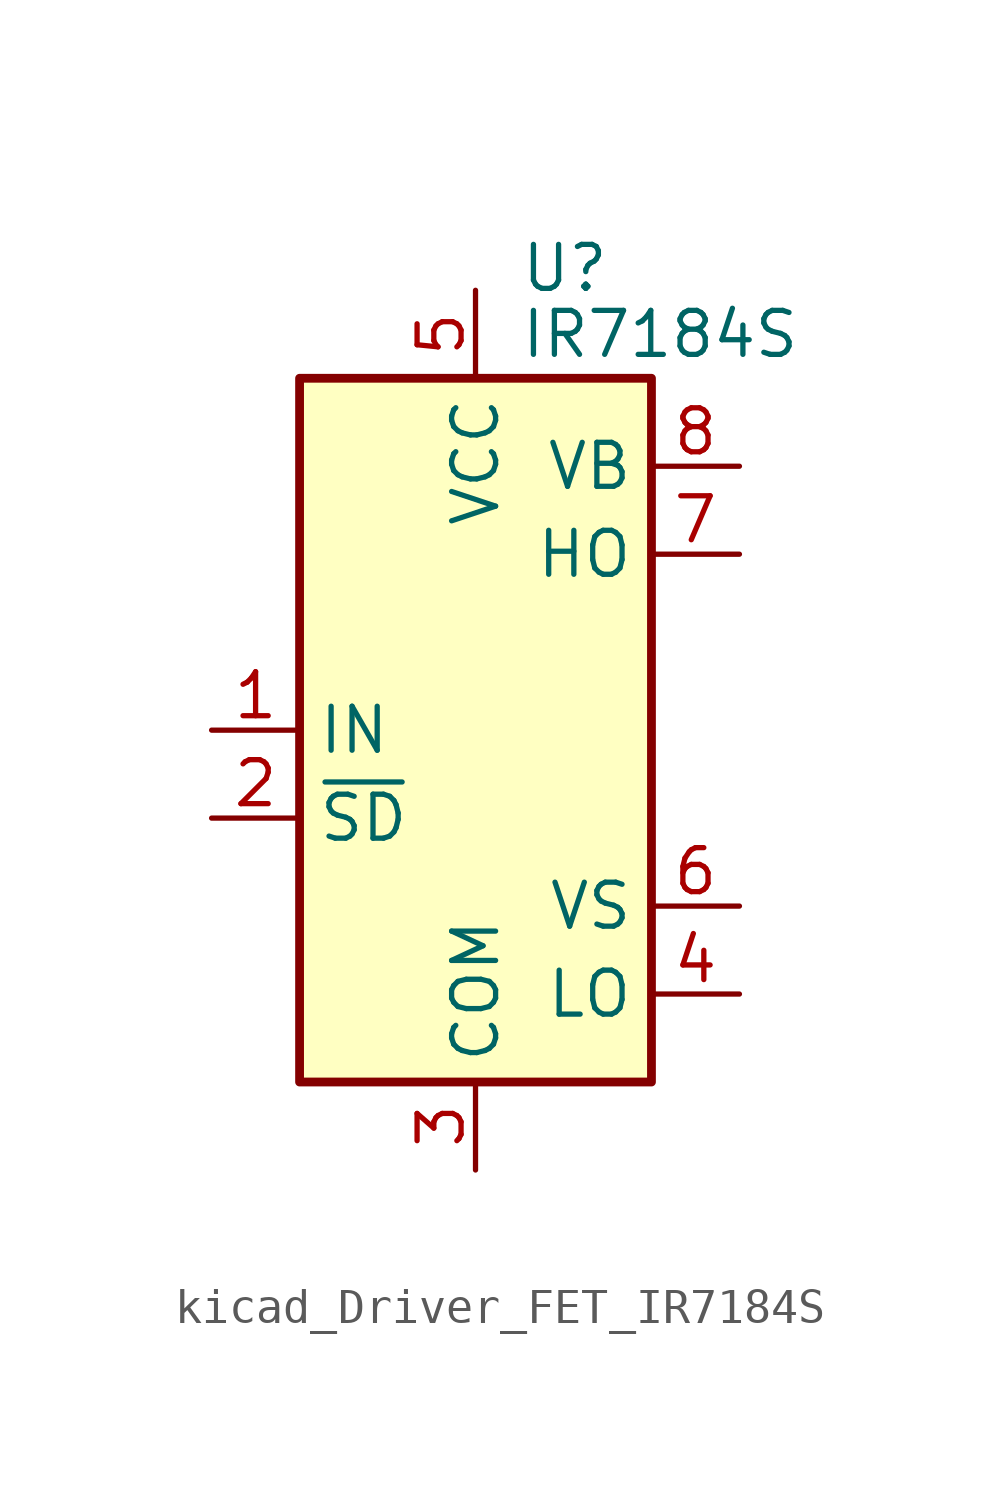
<source format=kicad_sym>
(kicad_symbol_lib
  (version 20220914)
  (generator kicad_symbol_editor)
  (symbol "kicad_Driver_FET_IR7184S"
    (property "Reference" "U"
      (at 1.27 13.335 0)
      (effects (font (size 1.27 1.27)) (justify left)))
    (property "Value" "IR7184S"
      (at 1.27 11.43 0)
      (effects (font (size 1.27 1.27)) (justify left)))
    (symbol "kicad_Driver_FET_IR7184S_0_1"
      (rectangle (start -5.08 -10.16) (end 5.08 10.16) (stroke (width 0.254) (type default)) (fill (type background))))
    (symbol "kicad_Driver_FET_IR7184S_1_1"
      (pin input line (at -7.62 0 0) (length 2.54) (name "IN" (effects (font (size 1.27 1.27)))) (number "1" (effects (font (size 1.27 1.27)))))
      (pin input line (at -7.62 -2.54 0) (length 2.54) (name "~{SD}" (effects (font (size 1.27 1.27)))) (number "2" (effects (font (size 1.27 1.27)))))
      (pin power_in line (at 0 -12.7 90) (length 2.54) (name "COM" (effects (font (size 1.27 1.27)))) (number "3" (effects (font (size 1.27 1.27)))))
      (pin output line (at 7.62 -7.62 180) (length 2.54) (name "LO" (effects (font (size 1.27 1.27)))) (number "4" (effects (font (size 1.27 1.27)))))
      (pin power_in line (at 0 12.7 270) (length 2.54) (name "VCC" (effects (font (size 1.27 1.27)))) (number "5" (effects (font (size 1.27 1.27)))))
      (pin passive line (at 7.62 -5.08 180) (length 2.54) (name "VS" (effects (font (size 1.27 1.27)))) (number "6" (effects (font (size 1.27 1.27)))))
      (pin output line (at 7.62 5.08 180) (length 2.54) (name "HO" (effects (font (size 1.27 1.27)))) (number "7" (effects (font (size 1.27 1.27)))))
      (pin passive line (at 7.62 7.62 180) (length 2.54) (name "VB" (effects (font (size 1.27 1.27)))) (number "8" (effects (font (size 1.27 1.27))))))))
</source>
